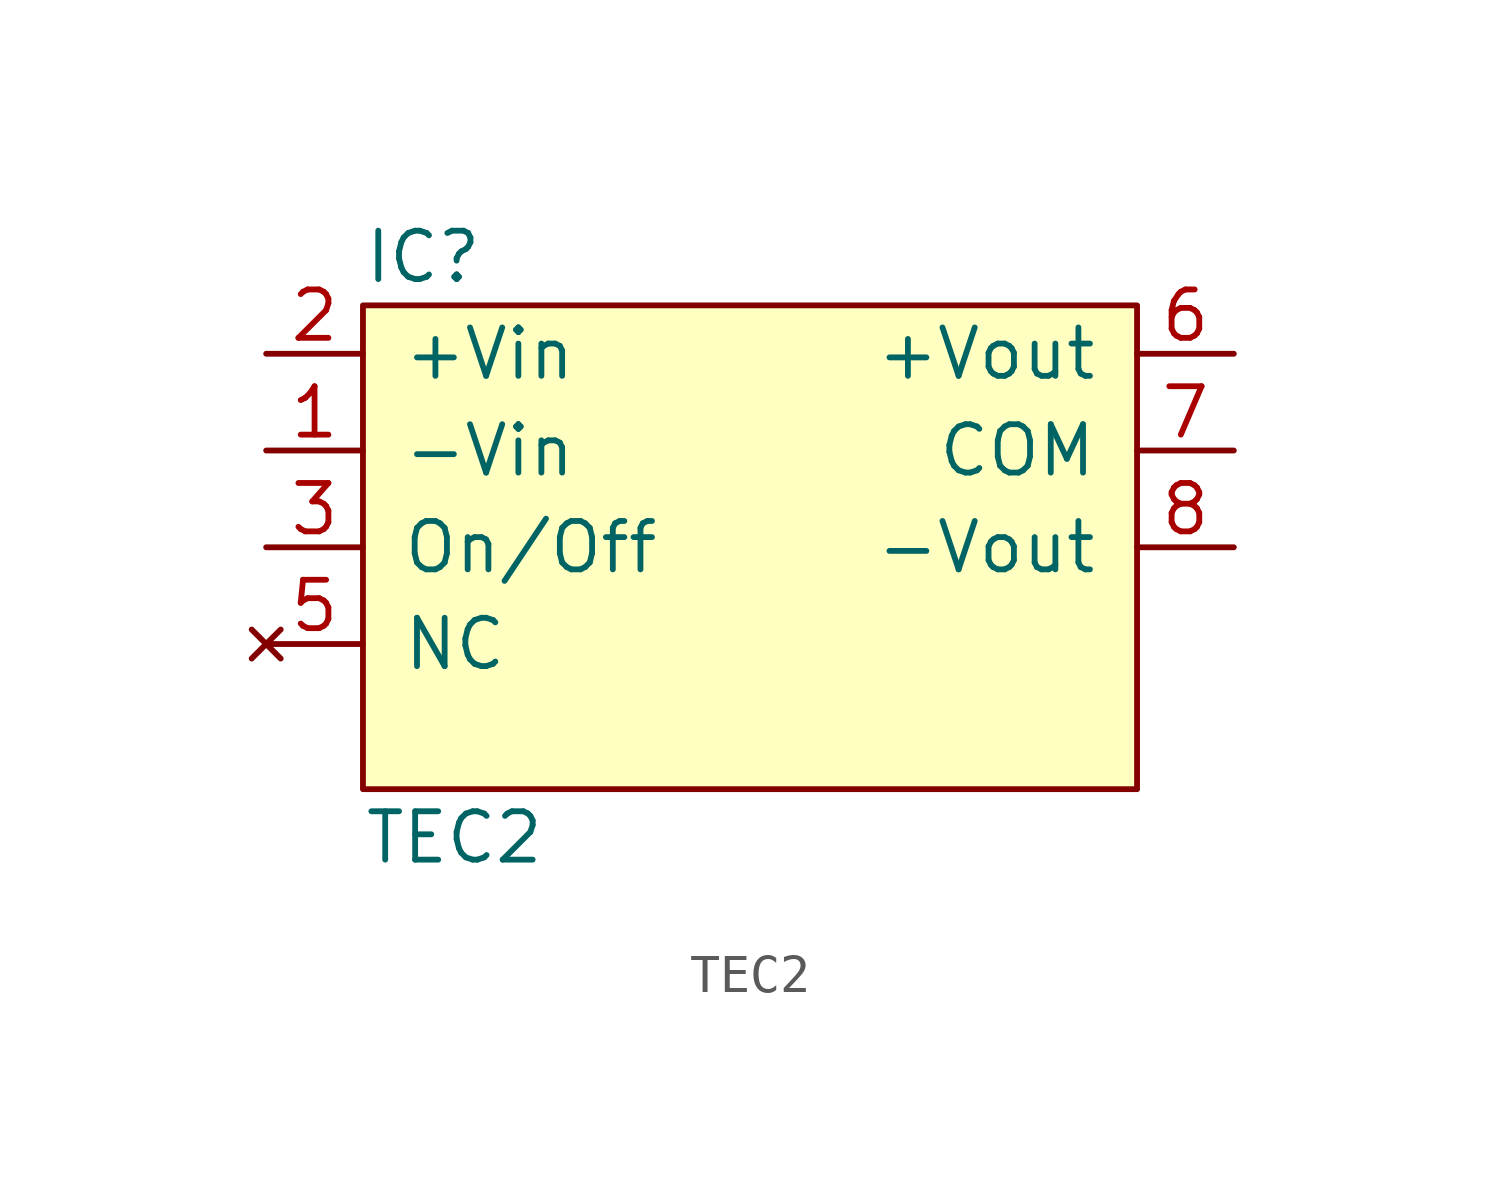
<source format=kicad_sym>
(kicad_symbol_lib
  (version 20211014)
  (generator agg_kicad.build_lib_ic)
  (symbol "TEC2"
    (pin_names
      (offset 1.016))
    (property Reference IC
      (at -10.16 7.62 0)
      (effects (font (size 1.27 1.27)) (justify left)))
    (property Value "TEC2"
      (at -10.16 -7.62 0)
      (effects (font (size 1.27 1.27)) (justify left)))
    (symbol "TEC2_0_0"
      (rectangle (start -10.16 6.35) (end 10.16 -6.35) (stroke (width 0) (type default) (color 0 0 0 0)) (fill (type background)))
      (pin power_in line (at -12.7 5.08 0) (length 2.54) (name "+Vin" (effects (font (size 1.27 1.27)))) (number "2" (effects (font (size 1.27 1.27)))))
      (pin power_in line (at -12.7 2.54 0) (length 2.54) (name -Vin (effects (font (size 1.27 1.27)))) (number "1" (effects (font (size 1.27 1.27)))))
      (pin input line (at -12.7 0 0) (length 2.54) (name "On/Off" (effects (font (size 1.27 1.27)))) (number "3" (effects (font (size 1.27 1.27)))))
      (pin no_connect line (at -12.7 -2.54 0) (length 2.54) (name NC (effects (font (size 1.27 1.27)))) (number "5" (effects (font (size 1.27 1.27)))))
      (pin power_out line (at 12.7 5.08 180) (length 2.54) (name "+Vout" (effects (font (size 1.27 1.27)))) (number "6" (effects (font (size 1.27 1.27)))))
      (pin power_in line (at 12.7 2.54 180) (length 2.54) (name COM (effects (font (size 1.27 1.27)))) (number "7" (effects (font (size 1.27 1.27)))))
      (pin power_out line (at 12.7 0 180) (length 2.54) (name -Vout (effects (font (size 1.27 1.27)))) (number "8" (effects (font (size 1.27 1.27))))))))
</source>
